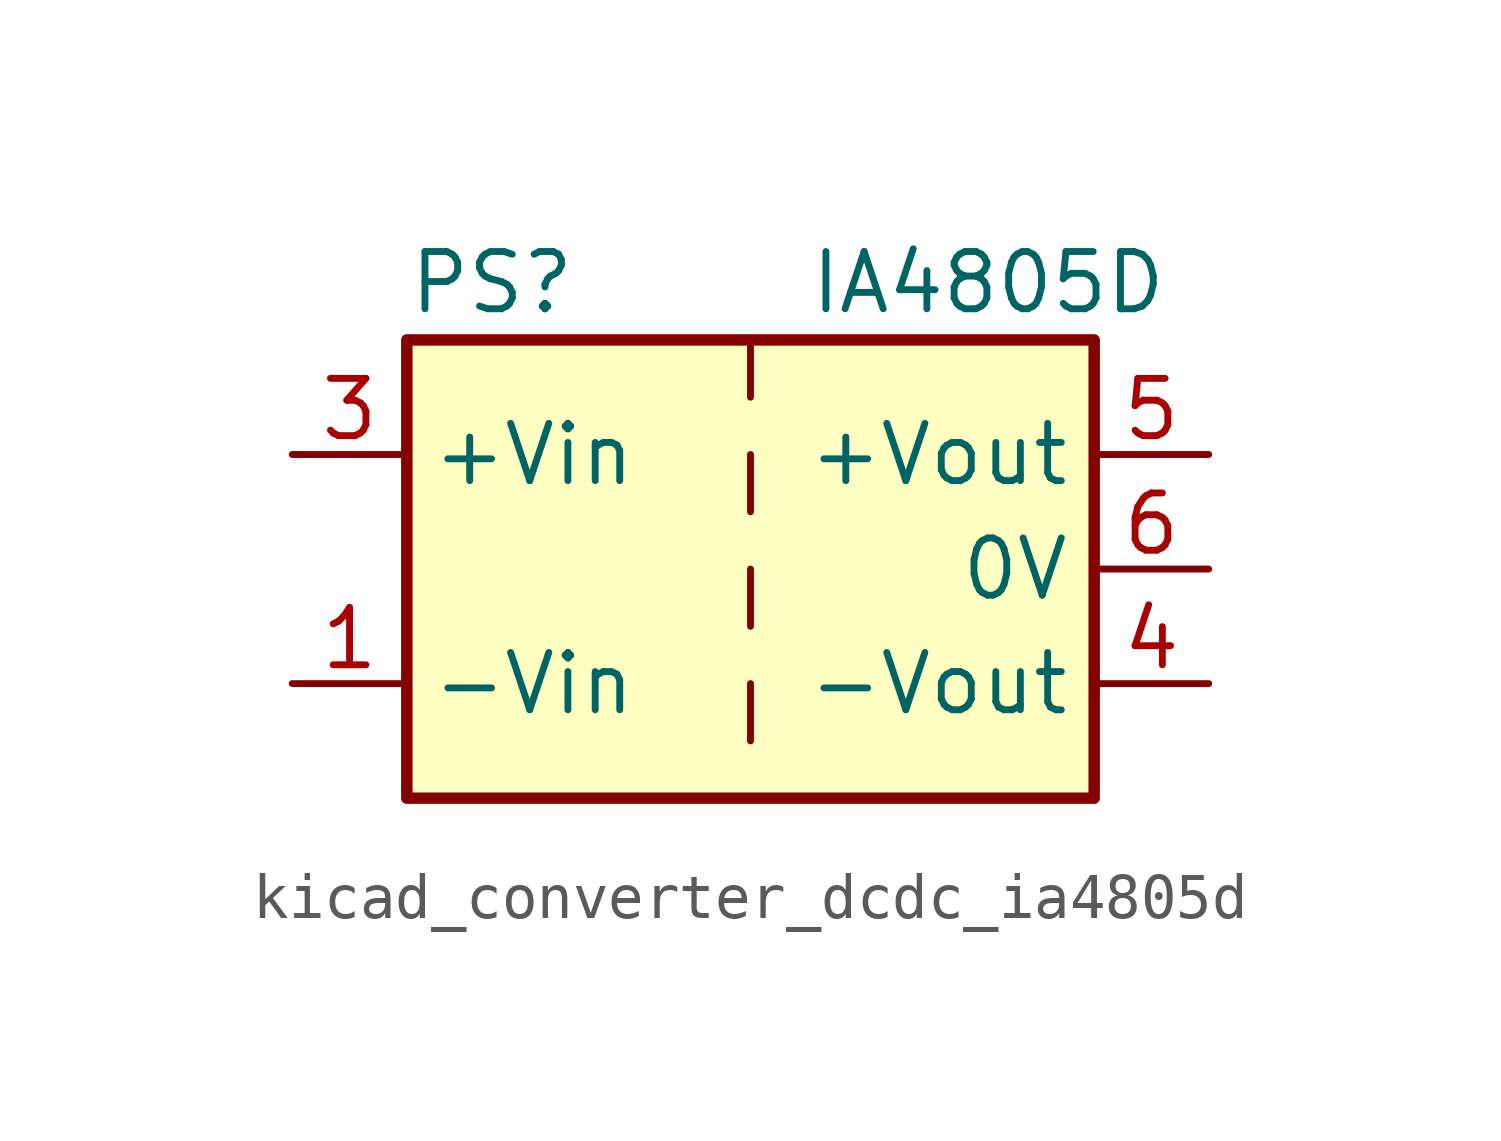
<source format=kicad_sym>
(kicad_symbol_lib
  (version 20220914)
  (generator kicad_symbol_editor)
  (symbol "kicad_converter_dcdc_ia4805d"
    (property "Reference" "PS"
      (at -7.62 6.35 0)
      (effects (font (size 1.27 1.27)) (justify left)))
    (property "Value" "IA4805D"
      (at 1.27 6.35 0)
      (effects (font (size 1.27 1.27)) (justify left)))
    (symbol "kicad_converter_dcdc_ia4805d_0_0"
      (pin power_in line (at -10.16 -2.54 0) (length 2.54) (name "-Vin" (effects (font (size 1.27 1.27)))) (number "1" (effects (font (size 1.27 1.27)))))
      (pin power_in line (at -10.16 2.54 0) (length 2.54) (name "+Vin" (effects (font (size 1.27 1.27)))) (number "3" (effects (font (size 1.27 1.27)))))
      (pin power_out line (at 10.16 -2.54 180) (length 2.54) (name "-Vout" (effects (font (size 1.27 1.27)))) (number "4" (effects (font (size 1.27 1.27)))))
      (pin power_out line (at 10.16 2.54 180) (length 2.54) (name "+Vout" (effects (font (size 1.27 1.27)))) (number "5" (effects (font (size 1.27 1.27)))))
      (pin power_out line (at 10.16 0 180) (length 2.54) (name "0V" (effects (font (size 1.27 1.27)))) (number "6" (effects (font (size 1.27 1.27))))))
    (symbol "kicad_converter_dcdc_ia4805d_0_1"
      (rectangle (start -7.62 5.08) (end 7.62 -5.08) (stroke (width 0.254) (type default)) (fill (type background)))
      (polyline (pts (xy 0 -2.54) (xy 0 -3.81)) (stroke (width 0) (type default)) (fill (type none)))
      (polyline (pts (xy 0 0) (xy 0 -1.27)) (stroke (width 0) (type default)) (fill (type none)))
      (polyline (pts (xy 0 2.54) (xy 0 1.27)) (stroke (width 0) (type default)) (fill (type none)))
      (polyline (pts (xy 0 5.08) (xy 0 3.81)) (stroke (width 0) (type default)) (fill (type none))))
    (symbol "kicad_converter_dcdc_ia4805d_1_1"
      (pin no_connect line (at 0 -5.08 90) (length 2.54) hide (name "NC" (effects (font (size 1.27 1.27)))) (number "2" (effects (font (size 1.27 1.27))))))))
</source>
